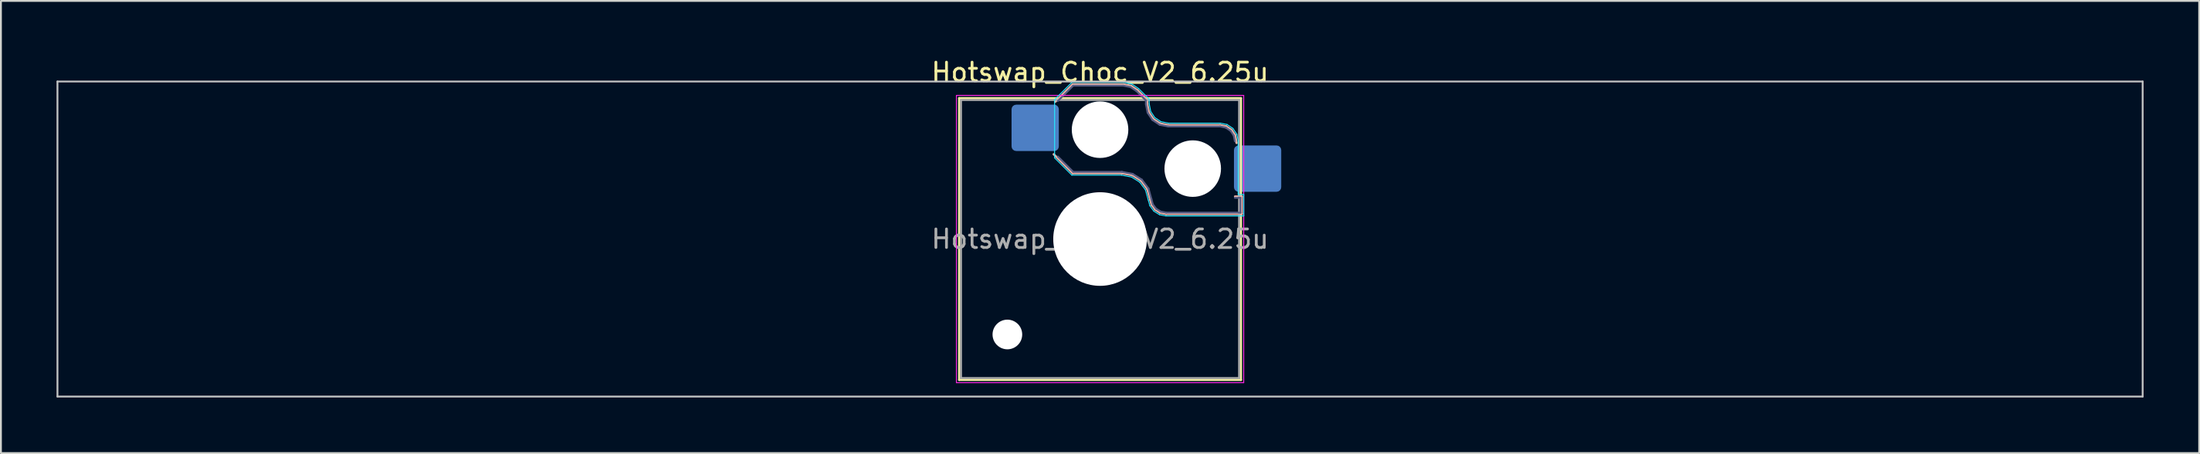
<source format=kicad_pcb>
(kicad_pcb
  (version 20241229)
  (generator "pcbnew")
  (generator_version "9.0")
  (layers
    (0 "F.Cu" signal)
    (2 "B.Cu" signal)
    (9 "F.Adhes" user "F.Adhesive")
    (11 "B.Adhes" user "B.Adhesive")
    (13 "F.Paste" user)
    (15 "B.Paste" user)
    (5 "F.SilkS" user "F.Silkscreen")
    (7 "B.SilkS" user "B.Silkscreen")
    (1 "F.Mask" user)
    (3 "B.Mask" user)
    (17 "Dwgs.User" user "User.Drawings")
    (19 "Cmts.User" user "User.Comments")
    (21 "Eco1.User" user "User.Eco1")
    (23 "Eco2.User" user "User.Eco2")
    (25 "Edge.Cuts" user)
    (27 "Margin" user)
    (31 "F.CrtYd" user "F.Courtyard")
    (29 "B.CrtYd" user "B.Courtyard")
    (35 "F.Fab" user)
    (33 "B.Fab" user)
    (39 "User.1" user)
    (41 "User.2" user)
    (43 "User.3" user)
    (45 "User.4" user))
  (footprint "Hotswap_Choc_V2_6.25u"
    (layer "F.Cu")
    (at 56.3 9.848)
    (property "Reference" "Hotswap_Choc_V2_6.25u" (at 0 -9 0) (layer "F.SilkS") (effects (font (size 1 1) (thickness 0.15))))
    (attr smd)
    (fp_line (start -7.6 -7.6) (end -7.6 7.6) (stroke (width 0.12) (type solid)) (layer "F.SilkS"))
    (fp_line (start -7.6 7.6) (end 7.6 7.6) (stroke (width 0.12) (type solid)) (layer "F.SilkS"))
    (fp_line (start 7.6 -7.6) (end -7.6 -7.6) (stroke (width 0.12) (type solid)) (layer "F.SilkS"))
    (fp_line (start 7.6 7.6) (end 7.6 -7.6) (stroke (width 0.12) (type solid)) (layer "F.SilkS"))
    (fp_line (start -2.416 -7.409) (end -1.479 -8.346) (stroke (width 0.12) (type solid)) (layer "B.SilkS"))
    (fp_line (start -1.479 -8.346) (end 1.268 -8.346) (stroke (width 0.12) (type solid)) (layer "B.SilkS"))
    (fp_line (start -1.479 -3.554) (end -2.5 -4.575) (stroke (width 0.12) (type solid)) (layer "B.SilkS"))
    (fp_line (start 1.168 -3.554) (end -1.479 -3.554) (stroke (width 0.12) (type solid)) (layer "B.SilkS"))
    (fp_line (start 1.268 -8.346) (end 1.671 -8.266) (stroke (width 0.12) (type solid)) (layer "B.SilkS"))
    (fp_line (start 1.671 -8.266) (end 2.013 -8.037) (stroke (width 0.12) (type solid)) (layer "B.SilkS"))
    (fp_line (start 1.73 -3.449) (end 1.168 -3.554) (stroke (width 0.12) (type solid)) (layer "B.SilkS"))
    (fp_line (start 2.013 -8.037) (end 2.546 -7.504) (stroke (width 0.12) (type solid)) (layer "B.SilkS"))
    (fp_line (start 2.209 -3.15) (end 1.73 -3.449) (stroke (width 0.12) (type solid)) (layer "B.SilkS"))
    (fp_line (start 2.546 -7.504) (end 2.546 -7.282) (stroke (width 0.12) (type solid)) (layer "B.SilkS"))
    (fp_line (start 2.546 -7.282) (end 2.633 -6.844) (stroke (width 0.12) (type solid)) (layer "B.SilkS"))
    (fp_line (start 2.547 -2.697) (end 2.209 -3.15) (stroke (width 0.12) (type solid)) (layer "B.SilkS"))
    (fp_line (start 2.633 -6.844) (end 2.877 -6.477) (stroke (width 0.12) (type solid)) (layer "B.SilkS"))
    (fp_line (start 2.701 -2.139) (end 2.547 -2.697) (stroke (width 0.12) (type solid)) (layer "B.SilkS"))
    (fp_line (start 2.783 -1.841) (end 2.701 -2.139) (stroke (width 0.12) (type solid)) (layer "B.SilkS"))
    (fp_line (start 2.877 -6.477) (end 3.244 -6.233) (stroke (width 0.12) (type solid)) (layer "B.SilkS"))
    (fp_line (start 2.976 -1.583) (end 2.783 -1.841) (stroke (width 0.12) (type solid)) (layer "B.SilkS"))
    (fp_line (start 3.244 -6.233) (end 3.682 -6.146) (stroke (width 0.12) (type solid)) (layer "B.SilkS"))
    (fp_line (start 3.25 -1.413) (end 2.976 -1.583) (stroke (width 0.12) (type solid)) (layer "B.SilkS"))
    (fp_line (start 3.56 -1.354) (end 3.25 -1.413) (stroke (width 0.12) (type solid)) (layer "B.SilkS"))
    (fp_line (start 3.682 -6.146) (end 6.482 -6.146) (stroke (width 0.12) (type solid)) (layer "B.SilkS"))
    (fp_line (start 6.482 -6.146) (end 6.809 -6.081) (stroke (width 0.12) (type solid)) (layer "B.SilkS"))
    (fp_line (start 6.809 -6.081) (end 7.092 -5.892) (stroke (width 0.12) (type solid)) (layer "B.SilkS"))
    (fp_line (start 7.092 -5.892) (end 7.281 -5.609) (stroke (width 0.12) (type solid)) (layer "B.SilkS"))
    (fp_line (start 7.281 -5.609) (end 7.366 -5.182) (stroke (width 0.12) (type solid)) (layer "B.SilkS"))
    (fp_line (start 7.283 -2.296) (end 7.646 -2.296) (stroke (width 0.12) (type solid)) (layer "B.SilkS"))
    (fp_line (start 7.646 -2.296) (end 7.646 -1.354) (stroke (width 0.12) (type solid)) (layer "B.SilkS"))
    (fp_line (start 7.646 -1.354) (end 3.56 -1.354) (stroke (width 0.12) (type solid)) (layer "B.SilkS"))
    (fp_line (start -56.25 -8.5) (end -56.25 8.5) (stroke (width 0.1) (type solid)) (layer "Dwgs.User"))
    (fp_line (start -56.25 8.5) (end 56.25 8.5) (stroke (width 0.1) (type solid)) (layer "Dwgs.User"))
    (fp_line (start 56.25 -8.5) (end -56.25 -8.5) (stroke (width 0.1) (type solid)) (layer "Dwgs.User"))
    (fp_line (start 56.25 8.5) (end 56.25 -8.5) (stroke (width 0.1) (type solid)) (layer "Dwgs.User"))
    (fp_line (start -7.25 -7.25) (end -7.25 7.25) (stroke (width 0.1) (type solid)) (layer "Eco1.User"))
    (fp_line (start -7.25 7.25) (end 7.25 7.25) (stroke (width 0.1) (type solid)) (layer "Eco1.User"))
    (fp_line (start 7.25 -7.25) (end -7.25 -7.25) (stroke (width 0.1) (type solid)) (layer "Eco1.User"))
    (fp_line (start 7.25 7.25) (end 7.25 -7.25) (stroke (width 0.1) (type solid)) (layer "Eco1.User"))
    (fp_line (start -2.452 -7.523) (end -1.523 -8.452) (stroke (width 0.05) (type solid)) (layer "B.CrtYd"))
    (fp_line (start -2.452 -4.377) (end -2.452 -7.523) (stroke (width 0.05) (type solid)) (layer "B.CrtYd"))
    (fp_line (start -1.523 -8.452) (end 1.278 -8.452) (stroke (width 0.05) (type solid)) (layer "B.CrtYd"))
    (fp_line (start -1.523 -3.448) (end -2.452 -4.377) (stroke (width 0.05) (type solid)) (layer "B.CrtYd"))
    (fp_line (start 1.159 -3.448) (end -1.523 -3.448) (stroke (width 0.05) (type solid)) (layer "B.CrtYd"))
    (fp_line (start 1.278 -8.452) (end 1.712 -8.366) (stroke (width 0.05) (type solid)) (layer "B.CrtYd"))
    (fp_line (start 1.691 -3.348) (end 1.159 -3.448) (stroke (width 0.05) (type solid)) (layer "B.CrtYd"))
    (fp_line (start 1.712 -8.366) (end 2.081 -8.119) (stroke (width 0.05) (type solid)) (layer "B.CrtYd"))
    (fp_line (start 2.081 -8.119) (end 2.652 -7.548) (stroke (width 0.05) (type solid)) (layer "B.CrtYd"))
    (fp_line (start 2.136 -3.071) (end 1.691 -3.348) (stroke (width 0.05) (type solid)) (layer "B.CrtYd"))
    (fp_line (start 2.45 -2.65) (end 2.136 -3.071) (stroke (width 0.05) (type solid)) (layer "B.CrtYd"))
    (fp_line (start 2.599 -2.111) (end 2.45 -2.65) (stroke (width 0.05) (type solid)) (layer "B.CrtYd"))
    (fp_line (start 2.652 -7.548) (end 2.652 -7.292) (stroke (width 0.05) (type solid)) (layer "B.CrtYd"))
    (fp_line (start 2.652 -7.292) (end 2.733 -6.885) (stroke (width 0.05) (type solid)) (layer "B.CrtYd"))
    (fp_line (start 2.687 -1.794) (end 2.599 -2.111) (stroke (width 0.05) (type solid)) (layer "B.CrtYd"))
    (fp_line (start 2.733 -6.885) (end 2.953 -6.553) (stroke (width 0.05) (type solid)) (layer "B.CrtYd"))
    (fp_line (start 2.903 -1.503) (end 2.687 -1.794) (stroke (width 0.05) (type solid)) (layer "B.CrtYd"))
    (fp_line (start 2.953 -6.553) (end 3.285 -6.333) (stroke (width 0.05) (type solid)) (layer "B.CrtYd"))
    (fp_line (start 3.211 -1.312) (end 2.903 -1.503) (stroke (width 0.05) (type solid)) (layer "B.CrtYd"))
    (fp_line (start 3.285 -6.333) (end 3.692 -6.252) (stroke (width 0.05) (type solid)) (layer "B.CrtYd"))
    (fp_line (start 3.55 -1.248) (end 3.211 -1.312) (stroke (width 0.05) (type solid)) (layer "B.CrtYd"))
    (fp_line (start 3.692 -6.252) (end 6.492 -6.252) (stroke (width 0.05) (type solid)) (layer "B.CrtYd"))
    (fp_line (start 6.492 -6.252) (end 6.85 -6.181) (stroke (width 0.05) (type solid)) (layer "B.CrtYd"))
    (fp_line (start 6.85 -6.181) (end 7.168 -5.968) (stroke (width 0.05) (type solid)) (layer "B.CrtYd"))
    (fp_line (start 7.168 -5.968) (end 7.381 -5.65) (stroke (width 0.05) (type solid)) (layer "B.CrtYd"))
    (fp_line (start 7.381 -5.65) (end 7.452 -5.292) (stroke (width 0.05) (type solid)) (layer "B.CrtYd"))
    (fp_line (start 7.452 -5.292) (end 7.452 -2.402) (stroke (width 0.05) (type solid)) (layer "B.CrtYd"))
    (fp_line (start 7.452 -2.402) (end 7.752 -2.402) (stroke (width 0.05) (type solid)) (layer "B.CrtYd"))
    (fp_line (start 7.752 -2.402) (end 7.752 -1.248) (stroke (width 0.05) (type solid)) (layer "B.CrtYd"))
    (fp_line (start 7.752 -1.248) (end 3.55 -1.248) (stroke (width 0.05) (type solid)) (layer "B.CrtYd"))
    (fp_line (start -7.75 -7.75) (end -7.75 7.75) (stroke (width 0.05) (type solid)) (layer "F.CrtYd"))
    (fp_line (start -7.75 7.75) (end 7.75 7.75) (stroke (width 0.05) (type solid)) (layer "F.CrtYd"))
    (fp_line (start 7.75 -7.75) (end -7.75 -7.75) (stroke (width 0.05) (type solid)) (layer "F.CrtYd"))
    (fp_line (start 7.75 7.75) (end 7.75 -7.75) (stroke (width 0.05) (type solid)) (layer "F.CrtYd"))
    (fp_line (start -2.275 -7.45) (end -1.45 -8.275) (stroke (width 0.1) (type solid)) (layer "B.Fab"))
    (fp_line (start -1.45 -8.275) (end 1.261 -8.275) (stroke (width 0.1) (type solid)) (layer "B.Fab"))
    (fp_line (start -1.45 -3.625) (end -2.275 -4.45) (stroke (width 0.1) (type solid)) (layer "B.Fab"))
    (fp_line (start 1.175 -3.625) (end -1.45 -3.625) (stroke (width 0.1) (type solid)) (layer "B.Fab"))
    (fp_line (start 1.261 -8.275) (end 1.643 -8.199) (stroke (width 0.1) (type solid)) (layer "B.Fab"))
    (fp_line (start 1.643 -8.199) (end 1.968 -7.982) (stroke (width 0.1) (type solid)) (layer "B.Fab"))
    (fp_line (start 1.756 -3.516) (end 1.175 -3.625) (stroke (width 0.1) (type solid)) (layer "B.Fab"))
    (fp_line (start 1.968 -7.982) (end 2.475 -7.475) (stroke (width 0.1) (type solid)) (layer "B.Fab"))
    (fp_line (start 2.258 -3.203) (end 1.756 -3.516) (stroke (width 0.1) (type solid)) (layer "B.Fab"))
    (fp_line (start 2.475 -7.475) (end 2.475 -7.275) (stroke (width 0.1) (type solid)) (layer "B.Fab"))
    (fp_line (start 2.475 -7.275) (end 2.566 -6.816) (stroke (width 0.1) (type solid)) (layer "B.Fab"))
    (fp_line (start 2.566 -6.816) (end 2.826 -6.426) (stroke (width 0.1) (type solid)) (layer "B.Fab"))
    (fp_line (start 2.612 -2.729) (end 2.258 -3.203) (stroke (width 0.1) (type solid)) (layer "B.Fab"))
    (fp_line (start 2.769 -2.158) (end 2.612 -2.729) (stroke (width 0.1) (type solid)) (layer "B.Fab"))
    (fp_line (start 2.826 -6.426) (end 3.216 -6.166) (stroke (width 0.1) (type solid)) (layer "B.Fab"))
    (fp_line (start 2.848 -1.873) (end 2.769 -2.158) (stroke (width 0.1) (type solid)) (layer "B.Fab"))
    (fp_line (start 3.025 -1.636) (end 2.848 -1.873) (stroke (width 0.1) (type solid)) (layer "B.Fab"))
    (fp_line (start 3.216 -6.166) (end 3.675 -6.075) (stroke (width 0.1) (type solid)) (layer "B.Fab"))
    (fp_line (start 3.276 -1.48) (end 3.025 -1.636) (stroke (width 0.1) (type solid)) (layer "B.Fab"))
    (fp_line (start 3.567 -1.425) (end 3.276 -1.48) (stroke (width 0.1) (type solid)) (layer "B.Fab"))
    (fp_line (start 3.675 -6.075) (end 6.475 -6.075) (stroke (width 0.1) (type solid)) (layer "B.Fab"))
    (fp_line (start 6.475 -6.075) (end 6.781 -6.014) (stroke (width 0.1) (type solid)) (layer "B.Fab"))
    (fp_line (start 6.781 -6.014) (end 7.041 -5.841) (stroke (width 0.1) (type solid)) (layer "B.Fab"))
    (fp_line (start 7.041 -5.841) (end 7.214 -5.581) (stroke (width 0.1) (type solid)) (layer "B.Fab"))
    (fp_line (start 7.214 -5.581) (end 7.275 -5.275) (stroke (width 0.1) (type solid)) (layer "B.Fab"))
    (fp_line (start 7.275 -2.225) (end 7.575 -2.225) (stroke (width 0.1) (type solid)) (layer "B.Fab"))
    (fp_line (start 7.575 -2.225) (end 7.575 -1.425) (stroke (width 0.1) (type solid)) (layer "B.Fab"))
    (fp_line (start 7.575 -1.425) (end 3.567 -1.425) (stroke (width 0.1) (type solid)) (layer "B.Fab"))
    (fp_line (start -7.5 -7.5) (end -7.5 7.5) (stroke (width 0.1) (type solid)) (layer "F.Fab"))
    (fp_line (start -7.5 7.5) (end 7.5 7.5) (stroke (width 0.1) (type solid)) (layer "F.Fab"))
    (fp_line (start 7.5 -7.5) (end -7.5 -7.5) (stroke (width 0.1) (type solid)) (layer "F.Fab"))
    (fp_line (start 7.5 7.5) (end 7.5 -7.5) (stroke (width 0.1) (type solid)) (layer "F.Fab"))
    (fp_text user "${REFERENCE}" (at 0 0 0) (layer "F.Fab") (effects (font (size 1 1) (thickness 0.15))))
    (pad "" np_thru_hole circle (at -5 5.15) (size 1.6 1.6) (drill 1.6) (layers "*.Cu" "*.Mask"))
    (pad "" np_thru_hole circle (at 0 -5.9) (size 3.05 3.05) (drill 3.05) (layers "*.Cu" "*.Mask"))
    (pad "" np_thru_hole circle (at 0 0) (size 5.05 5.05) (drill 5.05) (layers "*.Cu" "*.Mask"))
    (pad "" np_thru_hole circle (at 5 -3.8) (size 3.05 3.05) (drill 3.05) (layers "*.Cu" "*.Mask"))
    (pad "1" smd roundrect (at -3.5 -6) (size 2.55 2.5) (layers "B.Cu" "B.Mask" "B.Paste") (roundrect_rratio 0.1))
    (pad "2" smd roundrect (at 8.5 -3.8) (size 2.55 2.5) (layers "B.Cu" "B.Mask" "B.Paste") (roundrect_rratio 0.1)))
  (gr_rect
    (start -3 -3)
    (end 115.6 21.398)
    (stroke (width 0.1) (type default))
    (fill no)
    (layer "Edge.Cuts")))
</source>
